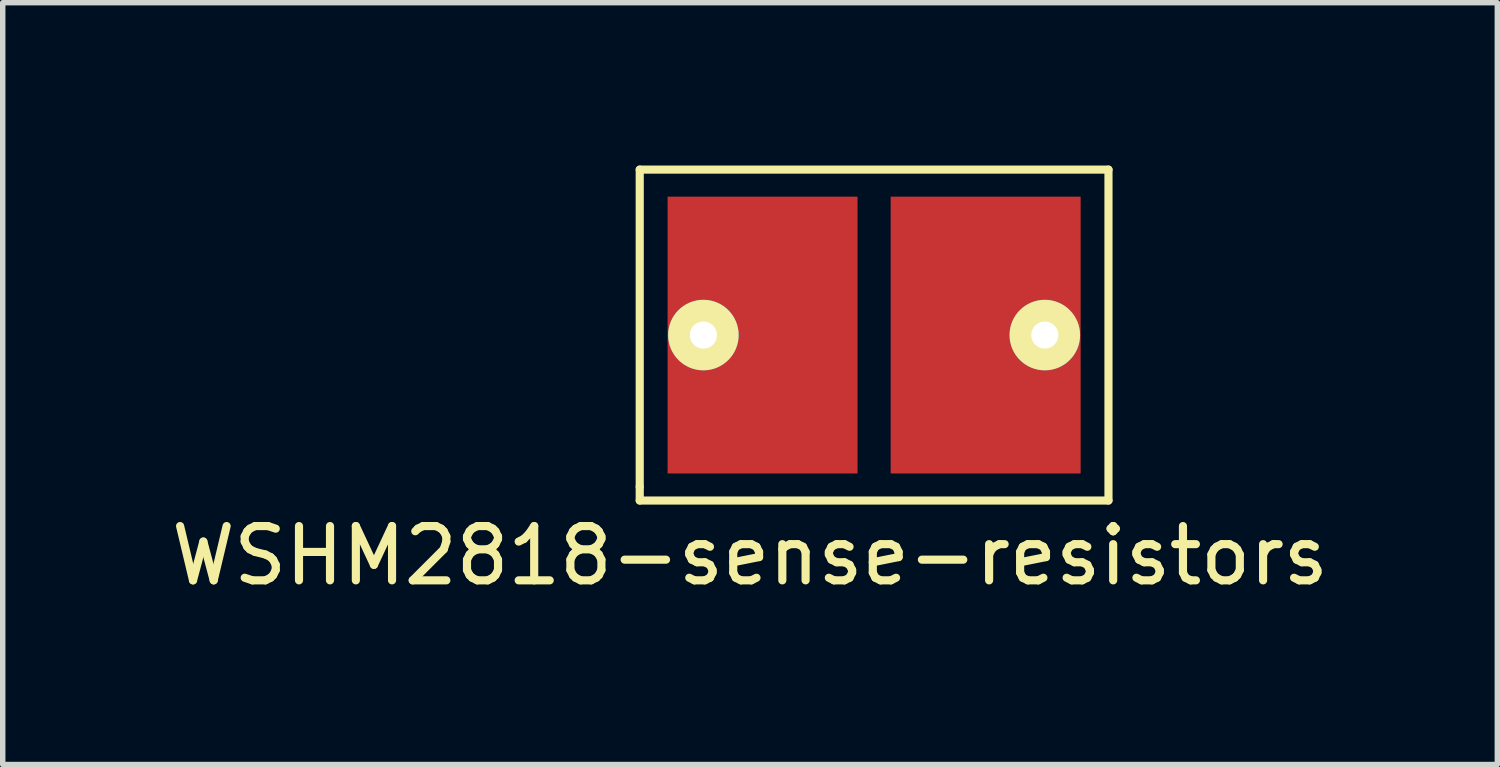
<source format=kicad_pcb>
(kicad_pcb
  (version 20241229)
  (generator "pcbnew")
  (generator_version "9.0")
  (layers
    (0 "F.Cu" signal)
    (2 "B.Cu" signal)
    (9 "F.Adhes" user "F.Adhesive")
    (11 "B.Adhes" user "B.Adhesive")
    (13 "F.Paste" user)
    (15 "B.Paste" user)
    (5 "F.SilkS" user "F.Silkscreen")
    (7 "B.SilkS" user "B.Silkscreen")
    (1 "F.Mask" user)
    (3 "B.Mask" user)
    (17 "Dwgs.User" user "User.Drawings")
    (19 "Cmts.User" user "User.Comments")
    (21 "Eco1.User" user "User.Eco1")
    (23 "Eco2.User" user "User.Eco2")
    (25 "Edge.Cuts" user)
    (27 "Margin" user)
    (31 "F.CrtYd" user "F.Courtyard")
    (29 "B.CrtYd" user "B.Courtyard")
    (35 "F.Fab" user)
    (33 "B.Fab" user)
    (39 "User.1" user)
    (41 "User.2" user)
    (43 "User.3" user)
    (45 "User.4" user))
  (footprint "WSHM2818-sense-resistors"
    (layer "F.Cu")
    (at 13.054 3.123)
    (property "Reference" "WSHM2818-sense-resistors" (at -2.286 4.064 0) (layer "F.SilkS") (effects (font (size 1 1) (thickness 0.15))))
    (attr through_hole)
    (fp_line (start -4.318 -3.048) (end -4.318 2.794) (stroke (width 0.15) (type solid)) (layer "F.SilkS"))
    (fp_line (start -4.318 2.794) (end -4.318 3.048) (stroke (width 0.15) (type solid)) (layer "F.SilkS"))
    (fp_line (start -4.318 3.048) (end 4.318 3.048) (stroke (width 0.15) (type solid)) (layer "F.SilkS"))
    (fp_line (start 4.318 -3.048) (end -4.318 -3.048) (stroke (width 0.15) (type solid)) (layer "F.SilkS"))
    (fp_line (start 4.318 3.048) (end 4.318 -3.048) (stroke (width 0.15) (type solid)) (layer "F.SilkS"))
    (pad "1" thru_hole circle (at -3.145 0) (size 1.3 1.3) (drill 0.5) (layers "*.Cu" "*.Mask" "F.SilkS"))
    (pad "1" smd rect (at -2.055 0) (size 3.5 5.1) (layers "F.Cu" "F.Mask" "F.Paste"))
    (pad "2" smd rect (at 2.055 0) (size 3.5 5.1) (layers "F.Cu" "F.Mask" "F.Paste"))
    (pad "2" thru_hole circle (at 3.145 0) (size 1.3 1.3) (drill 0.5) (layers "*.Cu" "*.Mask" "F.SilkS")))
  (gr_rect
    (start -3 -3)
    (end 24.536 11.035)
    (stroke (width 0.1) (type default))
    (fill no)
    (layer "Edge.Cuts")))
</source>
